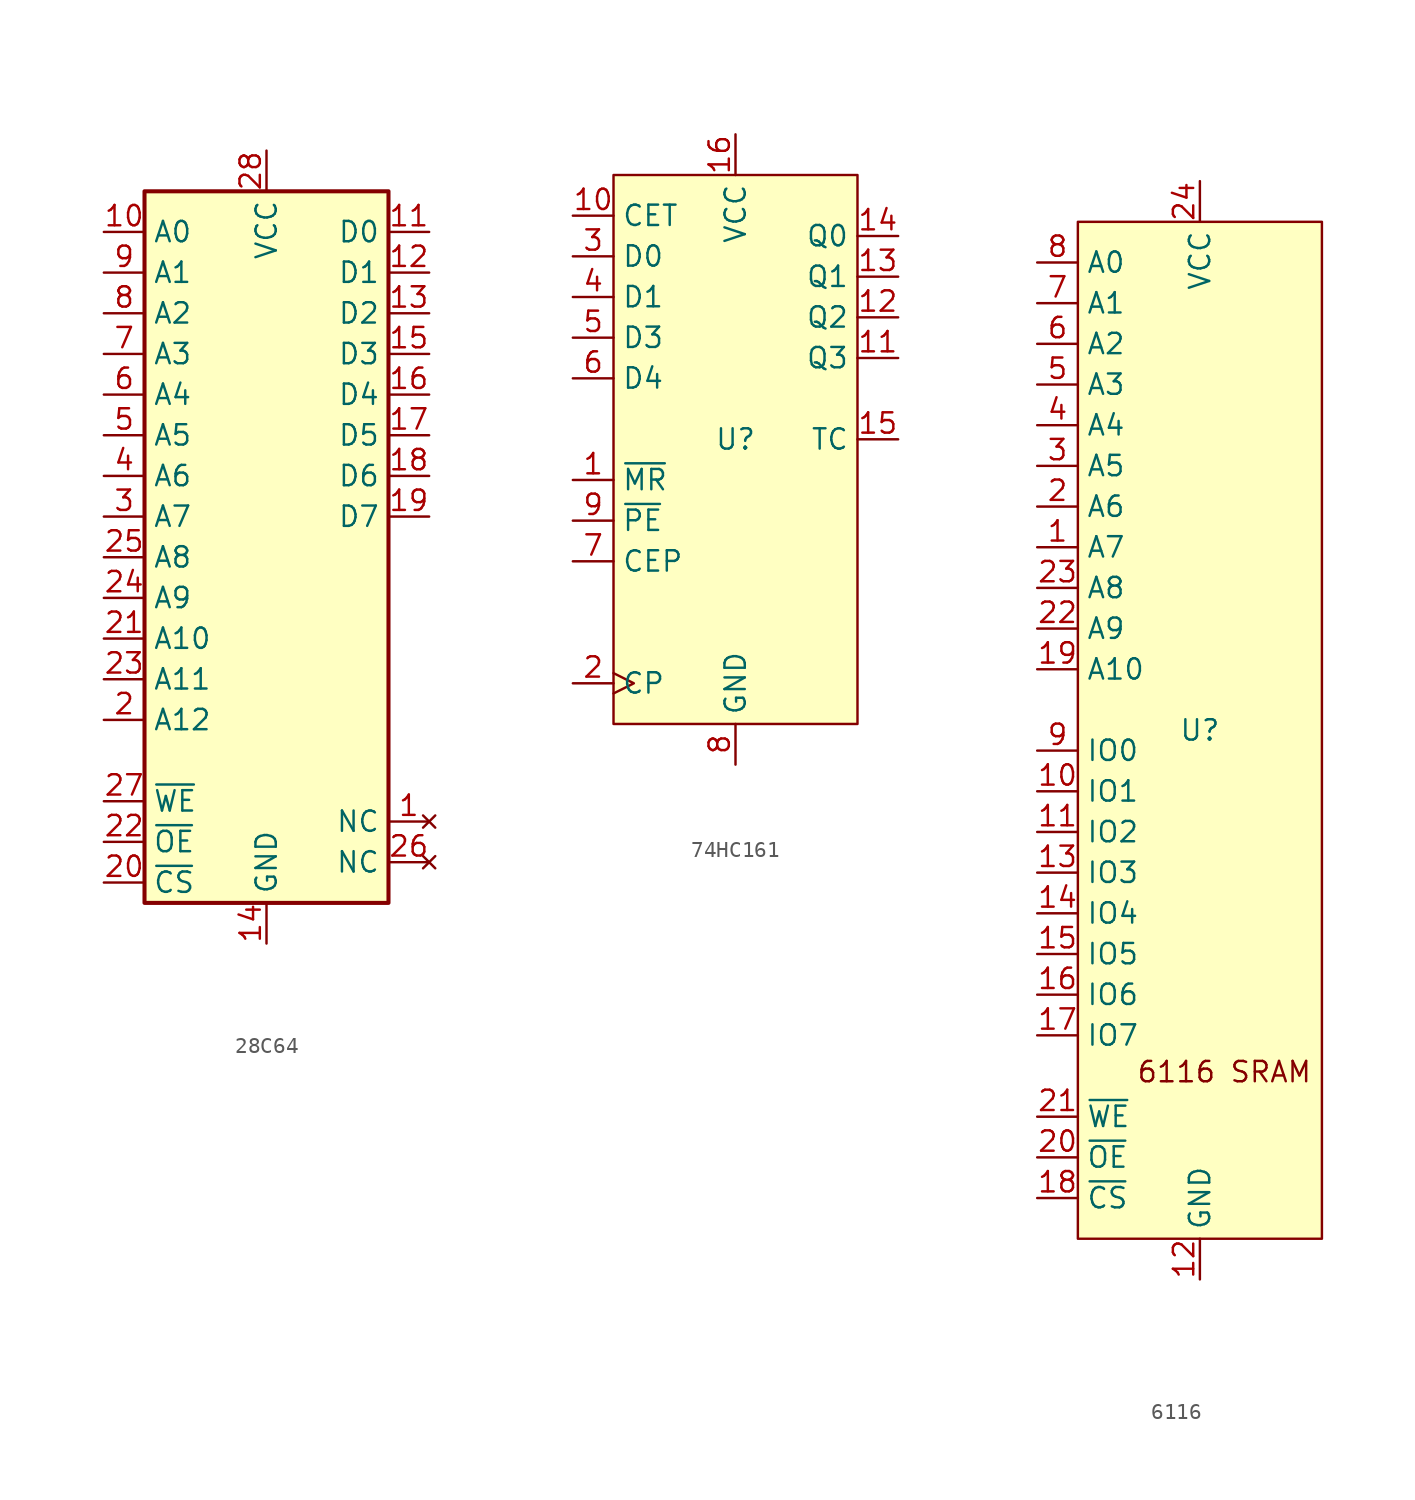
<source format=kicad_sym>
(kicad_symbol_lib
  (version 20241209)
  (generator "kicad_symbol_editor")
  (generator_version "9.0")
  (symbol "28C64"
    (property "Reference" "U"
      (at -1.016 11.938 0)
      (effects (font (size 1.27 1.27)) (hide yes)))
    (symbol "28C64_1_1"
      (rectangle (start -7.62 21.59) (end 7.62 -22.86) (stroke (width 0.254) (type default)) (fill (type background)))
      (pin input line (at -10.16 19.05 0) (length 2.54) (name "A0" (effects (font (size 1.27 1.27)))) (number "10" (effects (font (size 1.27 1.27)))))
      (pin input line (at -10.16 16.51 0) (length 2.54) (name "A1" (effects (font (size 1.27 1.27)))) (number "9" (effects (font (size 1.27 1.27)))))
      (pin input line (at -10.16 13.97 0) (length 2.54) (name "A2" (effects (font (size 1.27 1.27)))) (number "8" (effects (font (size 1.27 1.27)))))
      (pin input line (at -10.16 11.43 0) (length 2.54) (name "A3" (effects (font (size 1.27 1.27)))) (number "7" (effects (font (size 1.27 1.27)))))
      (pin input line (at -10.16 8.89 0) (length 2.54) (name "A4" (effects (font (size 1.27 1.27)))) (number "6" (effects (font (size 1.27 1.27)))))
      (pin input line (at -10.16 6.35 0) (length 2.54) (name "A5" (effects (font (size 1.27 1.27)))) (number "5" (effects (font (size 1.27 1.27)))))
      (pin input line (at -10.16 3.81 0) (length 2.54) (name "A6" (effects (font (size 1.27 1.27)))) (number "4" (effects (font (size 1.27 1.27)))))
      (pin input line (at -10.16 1.27 0) (length 2.54) (name "A7" (effects (font (size 1.27 1.27)))) (number "3" (effects (font (size 1.27 1.27)))))
      (pin input line (at -10.16 -1.27 0) (length 2.54) (name "A8" (effects (font (size 1.27 1.27)))) (number "25" (effects (font (size 1.27 1.27)))))
      (pin input line (at -10.16 -3.81 0) (length 2.54) (name "A9" (effects (font (size 1.27 1.27)))) (number "24" (effects (font (size 1.27 1.27)))))
      (pin input line (at -10.16 -6.35 0) (length 2.54) (name "A10" (effects (font (size 1.27 1.27)))) (number "21" (effects (font (size 1.27 1.27)))))
      (pin input line (at -10.16 -8.89 0) (length 2.54) (name "A11" (effects (font (size 1.27 1.27)))) (number "23" (effects (font (size 1.27 1.27)))))
      (pin input line (at -10.16 -11.43 0) (length 2.54) (name "A12" (effects (font (size 1.27 1.27)))) (number "2" (effects (font (size 1.27 1.27)))))
      (pin input line (at -10.16 -16.51 0) (length 2.54) (name "~{WE}" (effects (font (size 1.27 1.27)))) (number "27" (effects (font (size 1.27 1.27)))))
      (pin input line (at -10.16 -19.05 0) (length 2.54) (name "~{OE}" (effects (font (size 1.27 1.27)))) (number "22" (effects (font (size 1.27 1.27)))))
      (pin input line (at -10.16 -21.59 0) (length 2.54) (name "~{CS}" (effects (font (size 1.27 1.27)))) (number "20" (effects (font (size 1.27 1.27)))))
      (pin power_in line (at 0 24.13 270) (length 2.54) (name "VCC" (effects (font (size 1.27 1.27)))) (number "28" (effects (font (size 1.27 1.27)))))
      (pin power_in line (at 0 -25.4 90) (length 2.54) (name "GND" (effects (font (size 1.27 1.27)))) (number "14" (effects (font (size 1.27 1.27)))))
      (pin tri_state line (at 10.16 19.05 180) (length 2.54) (name "D0" (effects (font (size 1.27 1.27)))) (number "11" (effects (font (size 1.27 1.27)))))
      (pin tri_state line (at 10.16 16.51 180) (length 2.54) (name "D1" (effects (font (size 1.27 1.27)))) (number "12" (effects (font (size 1.27 1.27)))))
      (pin tri_state line (at 10.16 13.97 180) (length 2.54) (name "D2" (effects (font (size 1.27 1.27)))) (number "13" (effects (font (size 1.27 1.27)))))
      (pin tri_state line (at 10.16 11.43 180) (length 2.54) (name "D3" (effects (font (size 1.27 1.27)))) (number "15" (effects (font (size 1.27 1.27)))))
      (pin tri_state line (at 10.16 8.89 180) (length 2.54) (name "D4" (effects (font (size 1.27 1.27)))) (number "16" (effects (font (size 1.27 1.27)))))
      (pin tri_state line (at 10.16 6.35 180) (length 2.54) (name "D5" (effects (font (size 1.27 1.27)))) (number "17" (effects (font (size 1.27 1.27)))))
      (pin tri_state line (at 10.16 3.81 180) (length 2.54) (name "D6" (effects (font (size 1.27 1.27)))) (number "18" (effects (font (size 1.27 1.27)))))
      (pin tri_state line (at 10.16 1.27 180) (length 2.54) (name "D7" (effects (font (size 1.27 1.27)))) (number "19" (effects (font (size 1.27 1.27)))))
      (pin no_connect line (at 10.16 -17.78 180) (length 2.54) (name "NC" (effects (font (size 1.27 1.27)))) (number "1" (effects (font (size 1.27 1.27)))))
      (pin no_connect line (at 10.16 -20.32 180) (length 2.54) (name "NC" (effects (font (size 1.27 1.27)))) (number "26" (effects (font (size 1.27 1.27)))))))
  (symbol "74HC161"
    (property "Reference" "U"
      (at 0 0 0)
      (effects (font (size 1.27 1.27))))
    (property "Value" ""
      (at 0 0 0)
      (effects (font (size 1.27 1.27))))
    (symbol "74HC161_1_1"
      (rectangle (start -7.62 16.51) (end 7.62 -17.78) (stroke (width 0) (type solid)) (fill (type background)))
      (pin input line (at -10.16 13.97 0) (length 2.54) (name "CET" (effects (font (size 1.27 1.27)))) (number "10" (effects (font (size 1.27 1.27)))))
      (pin input line (at -10.16 11.43 0) (length 2.54) (name "D0" (effects (font (size 1.27 1.27)))) (number "3" (effects (font (size 1.27 1.27)))))
      (pin input line (at -10.16 8.89 0) (length 2.54) (name "D1" (effects (font (size 1.27 1.27)))) (number "4" (effects (font (size 1.27 1.27)))))
      (pin input line (at -10.16 6.35 0) (length 2.54) (name "D3" (effects (font (size 1.27 1.27)))) (number "5" (effects (font (size 1.27 1.27)))))
      (pin input line (at -10.16 3.81 0) (length 2.54) (name "D4" (effects (font (size 1.27 1.27)))) (number "6" (effects (font (size 1.27 1.27)))))
      (pin input line (at -10.16 -2.54 0) (length 2.54) (name "~{MR}" (effects (font (size 1.27 1.27)))) (number "1" (effects (font (size 1.27 1.27)))))
      (pin input line (at -10.16 -5.08 0) (length 2.54) (name "~{PE}" (effects (font (size 1.27 1.27)))) (number "9" (effects (font (size 1.27 1.27)))))
      (pin input line (at -10.16 -7.62 0) (length 2.54) (name "CEP" (effects (font (size 1.27 1.27)))) (number "7" (effects (font (size 1.27 1.27)))))
      (pin input clock (at -10.16 -15.24 0) (length 2.54) (name "CP" (effects (font (size 1.27 1.27)))) (number "2" (effects (font (size 1.27 1.27)))))
      (pin power_in line (at 0 19.05 270) (length 2.54) (name "VCC" (effects (font (size 1.27 1.27)))) (number "16" (effects (font (size 1.27 1.27)))))
      (pin power_in line (at 0 -20.32 90) (length 2.54) (name "GND" (effects (font (size 1.27 1.27)))) (number "8" (effects (font (size 1.27 1.27)))))
      (pin output line (at 10.16 12.7 180) (length 2.54) (name "Q0" (effects (font (size 1.27 1.27)))) (number "14" (effects (font (size 1.27 1.27)))))
      (pin output line (at 10.16 10.16 180) (length 2.54) (name "Q1" (effects (font (size 1.27 1.27)))) (number "13" (effects (font (size 1.27 1.27)))))
      (pin output line (at 10.16 7.62 180) (length 2.54) (name "Q2" (effects (font (size 1.27 1.27)))) (number "12" (effects (font (size 1.27 1.27)))))
      (pin output line (at 10.16 5.08 180) (length 2.54) (name "Q3" (effects (font (size 1.27 1.27)))) (number "11" (effects (font (size 1.27 1.27)))))
      (pin output line (at 10.16 0 180) (length 2.54) (name "TC" (effects (font (size 1.27 1.27)))) (number "15" (effects (font (size 1.27 1.27)))))))
  (symbol "6116"
    (property "Reference" "U"
      (at 0 0 0)
      (effects (font (size 1.27 1.27))))
    (property "Value" ""
      (at 0 0 0)
      (effects (font (size 1.27 1.27))))
    (symbol "6116_1_1"
      (rectangle (start -7.62 31.75) (end 7.62 -31.75) (stroke (width 0) (type solid)) (fill (type background)))
      (text "6116 SRAM" (at 1.524 -21.336 0) (effects (font (size 1.27 1.27))))
      (pin input line (at -10.16 29.21 0) (length 2.54) (name "A0" (effects (font (size 1.27 1.27)))) (number "8" (effects (font (size 1.27 1.27)))))
      (pin input line (at -10.16 26.67 0) (length 2.54) (name "A1" (effects (font (size 1.27 1.27)))) (number "7" (effects (font (size 1.27 1.27)))))
      (pin input line (at -10.16 24.13 0) (length 2.54) (name "A2" (effects (font (size 1.27 1.27)))) (number "6" (effects (font (size 1.27 1.27)))))
      (pin input line (at -10.16 21.59 0) (length 2.54) (name "A3" (effects (font (size 1.27 1.27)))) (number "5" (effects (font (size 1.27 1.27)))))
      (pin input line (at -10.16 19.05 0) (length 2.54) (name "A4" (effects (font (size 1.27 1.27)))) (number "4" (effects (font (size 1.27 1.27)))))
      (pin input line (at -10.16 16.51 0) (length 2.54) (name "A5" (effects (font (size 1.27 1.27)))) (number "3" (effects (font (size 1.27 1.27)))))
      (pin input line (at -10.16 13.97 0) (length 2.54) (name "A6" (effects (font (size 1.27 1.27)))) (number "2" (effects (font (size 1.27 1.27)))))
      (pin input line (at -10.16 11.43 0) (length 2.54) (name "A7" (effects (font (size 1.27 1.27)))) (number "1" (effects (font (size 1.27 1.27)))))
      (pin input line (at -10.16 8.89 0) (length 2.54) (name "A8" (effects (font (size 1.27 1.27)))) (number "23" (effects (font (size 1.27 1.27)))))
      (pin input line (at -10.16 6.35 0) (length 2.54) (name "A9" (effects (font (size 1.27 1.27)))) (number "22" (effects (font (size 1.27 1.27)))))
      (pin input line (at -10.16 3.81 0) (length 2.54) (name "A10" (effects (font (size 1.27 1.27)))) (number "19" (effects (font (size 1.27 1.27)))))
      (pin tri_state line (at -10.16 -1.27 0) (length 2.54) (name "IO0" (effects (font (size 1.27 1.27)))) (number "9" (effects (font (size 1.27 1.27)))))
      (pin tri_state line (at -10.16 -3.81 0) (length 2.54) (name "IO1" (effects (font (size 1.27 1.27)))) (number "10" (effects (font (size 1.27 1.27)))))
      (pin tri_state line (at -10.16 -6.35 0) (length 2.54) (name "IO2" (effects (font (size 1.27 1.27)))) (number "11" (effects (font (size 1.27 1.27)))))
      (pin tri_state line (at -10.16 -8.89 0) (length 2.54) (name "IO3" (effects (font (size 1.27 1.27)))) (number "13" (effects (font (size 1.27 1.27)))))
      (pin tri_state line (at -10.16 -11.43 0) (length 2.54) (name "IO4" (effects (font (size 1.27 1.27)))) (number "14" (effects (font (size 1.27 1.27)))))
      (pin tri_state line (at -10.16 -13.97 0) (length 2.54) (name "IO5" (effects (font (size 1.27 1.27)))) (number "15" (effects (font (size 1.27 1.27)))))
      (pin tri_state line (at -10.16 -16.51 0) (length 2.54) (name "IO6" (effects (font (size 1.27 1.27)))) (number "16" (effects (font (size 1.27 1.27)))))
      (pin tri_state line (at -10.16 -19.05 0) (length 2.54) (name "IO7" (effects (font (size 1.27 1.27)))) (number "17" (effects (font (size 1.27 1.27)))))
      (pin input line (at -10.16 -24.13 0) (length 2.54) (name "~{WE}" (effects (font (size 1.27 1.27)))) (number "21" (effects (font (size 1.27 1.27)))))
      (pin input line (at -10.16 -26.67 0) (length 2.54) (name "~{OE}" (effects (font (size 1.27 1.27)))) (number "20" (effects (font (size 1.27 1.27)))))
      (pin input line (at -10.16 -29.21 0) (length 2.54) (name "~{CS}" (effects (font (size 1.27 1.27)))) (number "18" (effects (font (size 1.27 1.27)))))
      (pin power_in line (at 0 34.29 270) (length 2.54) (name "VCC" (effects (font (size 1.27 1.27)))) (number "24" (effects (font (size 1.27 1.27)))))
      (pin power_in line (at 0 -34.29 90) (length 2.54) (name "GND" (effects (font (size 1.27 1.27)))) (number "12" (effects (font (size 1.27 1.27))))))))
</source>
